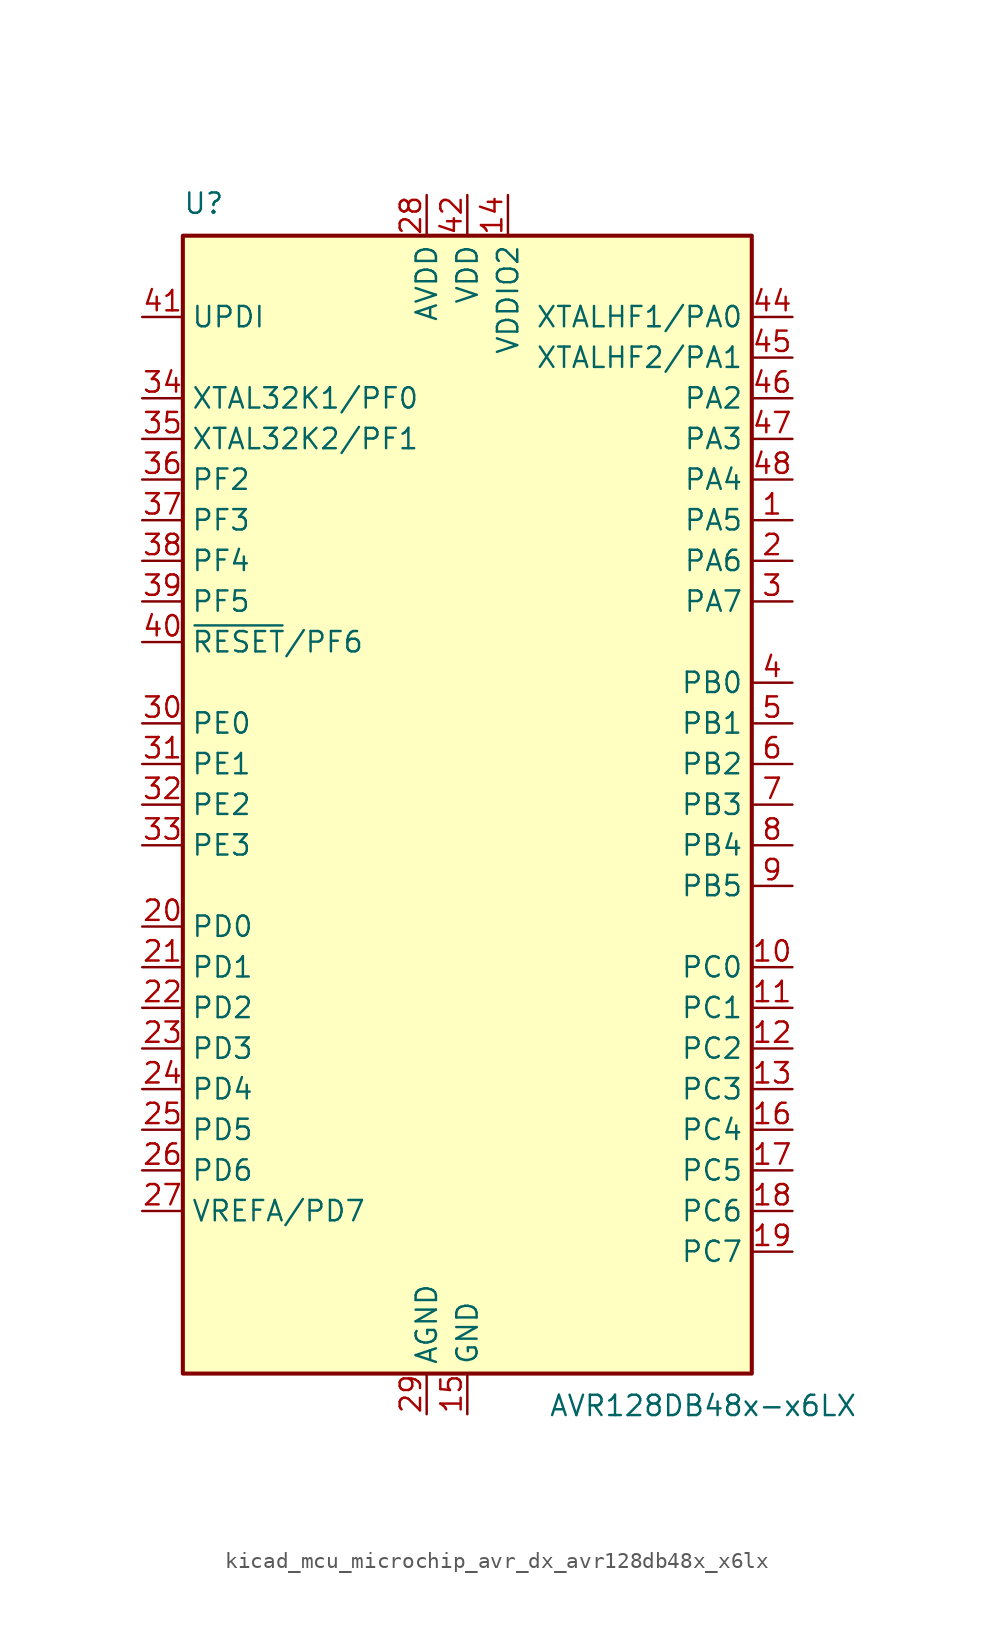
<source format=kicad_sym>
(kicad_symbol_lib
  (version 20220914)
  (generator kicad_symbol_editor)
  (symbol "kicad_mcu_microchip_avr_dx_avr128db48x_x6lx"
    (property "Reference" "U"
      (at -17.78 36.83 0)
      (effects (font (size 1.27 1.27)) (justify left bottom)))
    (property "Value" "AVR128DB48x-x6LX"
      (at 5.08 -36.83 0)
      (effects (font (size 1.27 1.27)) (justify left top)))
    (symbol "kicad_mcu_microchip_avr_dx_avr128db48x_x6lx_0_1"
      (rectangle (start -17.78 35.56) (end 17.78 -35.56) (stroke (width 0.254) (type default)) (fill (type background))))
    (symbol "kicad_mcu_microchip_avr_dx_avr128db48x_x6lx_1_1"
      (pin bidirectional line (at 20.32 17.78 180) (length 2.54) (name "PA5" (effects (font (size 1.27 1.27)))) (number "1" (effects (font (size 1.27 1.27)))))
      (pin bidirectional line (at 20.32 -10.16 180) (length 2.54) (name "PC0" (effects (font (size 1.27 1.27)))) (number "10" (effects (font (size 1.27 1.27)))))
      (pin bidirectional line (at 20.32 -12.7 180) (length 2.54) (name "PC1" (effects (font (size 1.27 1.27)))) (number "11" (effects (font (size 1.27 1.27)))))
      (pin bidirectional line (at 20.32 -15.24 180) (length 2.54) (name "PC2" (effects (font (size 1.27 1.27)))) (number "12" (effects (font (size 1.27 1.27)))))
      (pin bidirectional line (at 20.32 -17.78 180) (length 2.54) (name "PC3" (effects (font (size 1.27 1.27)))) (number "13" (effects (font (size 1.27 1.27)))))
      (pin power_in line (at 2.54 38.1 270) (length 2.54) (name "VDDIO2" (effects (font (size 1.27 1.27)))) (number "14" (effects (font (size 1.27 1.27)))))
      (pin power_in line (at 0 -38.1 90) (length 2.54) (name "GND" (effects (font (size 1.27 1.27)))) (number "15" (effects (font (size 1.27 1.27)))))
      (pin bidirectional line (at 20.32 -20.32 180) (length 2.54) (name "PC4" (effects (font (size 1.27 1.27)))) (number "16" (effects (font (size 1.27 1.27)))))
      (pin bidirectional line (at 20.32 -22.86 180) (length 2.54) (name "PC5" (effects (font (size 1.27 1.27)))) (number "17" (effects (font (size 1.27 1.27)))))
      (pin bidirectional line (at 20.32 -25.4 180) (length 2.54) (name "PC6" (effects (font (size 1.27 1.27)))) (number "18" (effects (font (size 1.27 1.27)))))
      (pin bidirectional line (at 20.32 -27.94 180) (length 2.54) (name "PC7" (effects (font (size 1.27 1.27)))) (number "19" (effects (font (size 1.27 1.27)))))
      (pin bidirectional line (at 20.32 15.24 180) (length 2.54) (name "PA6" (effects (font (size 1.27 1.27)))) (number "2" (effects (font (size 1.27 1.27)))))
      (pin bidirectional line (at -20.32 -7.62 0) (length 2.54) (name "PD0" (effects (font (size 1.27 1.27)))) (number "20" (effects (font (size 1.27 1.27)))))
      (pin bidirectional line (at -20.32 -10.16 0) (length 2.54) (name "PD1" (effects (font (size 1.27 1.27)))) (number "21" (effects (font (size 1.27 1.27)))))
      (pin bidirectional line (at -20.32 -12.7 0) (length 2.54) (name "PD2" (effects (font (size 1.27 1.27)))) (number "22" (effects (font (size 1.27 1.27)))))
      (pin bidirectional line (at -20.32 -15.24 0) (length 2.54) (name "PD3" (effects (font (size 1.27 1.27)))) (number "23" (effects (font (size 1.27 1.27)))))
      (pin bidirectional line (at -20.32 -17.78 0) (length 2.54) (name "PD4" (effects (font (size 1.27 1.27)))) (number "24" (effects (font (size 1.27 1.27)))))
      (pin bidirectional line (at -20.32 -20.32 0) (length 2.54) (name "PD5" (effects (font (size 1.27 1.27)))) (number "25" (effects (font (size 1.27 1.27)))))
      (pin bidirectional line (at -20.32 -22.86 0) (length 2.54) (name "PD6" (effects (font (size 1.27 1.27)))) (number "26" (effects (font (size 1.27 1.27)))))
      (pin bidirectional line (at -20.32 -25.4 0) (length 2.54) (name "VREFA/PD7" (effects (font (size 1.27 1.27)))) (number "27" (effects (font (size 1.27 1.27)))))
      (pin power_in line (at -2.54 38.1 270) (length 2.54) (name "AVDD" (effects (font (size 1.27 1.27)))) (number "28" (effects (font (size 1.27 1.27)))))
      (pin power_in line (at -2.54 -38.1 90) (length 2.54) (name "AGND" (effects (font (size 1.27 1.27)))) (number "29" (effects (font (size 1.27 1.27)))))
      (pin bidirectional line (at 20.32 12.7 180) (length 2.54) (name "PA7" (effects (font (size 1.27 1.27)))) (number "3" (effects (font (size 1.27 1.27)))))
      (pin bidirectional line (at -20.32 5.08 0) (length 2.54) (name "PE0" (effects (font (size 1.27 1.27)))) (number "30" (effects (font (size 1.27 1.27)))))
      (pin bidirectional line (at -20.32 2.54 0) (length 2.54) (name "PE1" (effects (font (size 1.27 1.27)))) (number "31" (effects (font (size 1.27 1.27)))))
      (pin bidirectional line (at -20.32 0 0) (length 2.54) (name "PE2" (effects (font (size 1.27 1.27)))) (number "32" (effects (font (size 1.27 1.27)))))
      (pin bidirectional line (at -20.32 -2.54 0) (length 2.54) (name "PE3" (effects (font (size 1.27 1.27)))) (number "33" (effects (font (size 1.27 1.27)))))
      (pin bidirectional line (at -20.32 25.4 0) (length 2.54) (name "XTAL32K1/PF0" (effects (font (size 1.27 1.27)))) (number "34" (effects (font (size 1.27 1.27)))))
      (pin bidirectional line (at -20.32 22.86 0) (length 2.54) (name "XTAL32K2/PF1" (effects (font (size 1.27 1.27)))) (number "35" (effects (font (size 1.27 1.27)))))
      (pin bidirectional line (at -20.32 20.32 0) (length 2.54) (name "PF2" (effects (font (size 1.27 1.27)))) (number "36" (effects (font (size 1.27 1.27)))))
      (pin bidirectional line (at -20.32 17.78 0) (length 2.54) (name "PF3" (effects (font (size 1.27 1.27)))) (number "37" (effects (font (size 1.27 1.27)))))
      (pin bidirectional line (at -20.32 15.24 0) (length 2.54) (name "PF4" (effects (font (size 1.27 1.27)))) (number "38" (effects (font (size 1.27 1.27)))))
      (pin bidirectional line (at -20.32 12.7 0) (length 2.54) (name "PF5" (effects (font (size 1.27 1.27)))) (number "39" (effects (font (size 1.27 1.27)))))
      (pin bidirectional line (at 20.32 7.62 180) (length 2.54) (name "PB0" (effects (font (size 1.27 1.27)))) (number "4" (effects (font (size 1.27 1.27)))))
      (pin bidirectional line (at -20.32 10.16 0) (length 2.54) (name "~{RESET}/PF6" (effects (font (size 1.27 1.27)))) (number "40" (effects (font (size 1.27 1.27)))))
      (pin input line (at -20.32 30.48 0) (length 2.54) (name "UPDI" (effects (font (size 1.27 1.27)))) (number "41" (effects (font (size 1.27 1.27)))))
      (pin power_in line (at 0 38.1 270) (length 2.54) (name "VDD" (effects (font (size 1.27 1.27)))) (number "42" (effects (font (size 1.27 1.27)))))
      (pin passive line (at 0 -38.1 90) (length 2.54) hide (name "GND" (effects (font (size 1.27 1.27)))) (number "43" (effects (font (size 1.27 1.27)))))
      (pin bidirectional line (at 20.32 30.48 180) (length 2.54) (name "XTALHF1/PA0" (effects (font (size 1.27 1.27)))) (number "44" (effects (font (size 1.27 1.27)))))
      (pin bidirectional line (at 20.32 27.94 180) (length 2.54) (name "XTALHF2/PA1" (effects (font (size 1.27 1.27)))) (number "45" (effects (font (size 1.27 1.27)))))
      (pin bidirectional line (at 20.32 25.4 180) (length 2.54) (name "PA2" (effects (font (size 1.27 1.27)))) (number "46" (effects (font (size 1.27 1.27)))))
      (pin bidirectional line (at 20.32 22.86 180) (length 2.54) (name "PA3" (effects (font (size 1.27 1.27)))) (number "47" (effects (font (size 1.27 1.27)))))
      (pin bidirectional line (at 20.32 20.32 180) (length 2.54) (name "PA4" (effects (font (size 1.27 1.27)))) (number "48" (effects (font (size 1.27 1.27)))))
      (pin passive line (at 0 -38.1 90) (length 2.54) hide (name "GND" (effects (font (size 1.27 1.27)))) (number "49" (effects (font (size 1.27 1.27)))))
      (pin bidirectional line (at 20.32 5.08 180) (length 2.54) (name "PB1" (effects (font (size 1.27 1.27)))) (number "5" (effects (font (size 1.27 1.27)))))
      (pin bidirectional line (at 20.32 2.54 180) (length 2.54) (name "PB2" (effects (font (size 1.27 1.27)))) (number "6" (effects (font (size 1.27 1.27)))))
      (pin bidirectional line (at 20.32 0 180) (length 2.54) (name "PB3" (effects (font (size 1.27 1.27)))) (number "7" (effects (font (size 1.27 1.27)))))
      (pin bidirectional line (at 20.32 -2.54 180) (length 2.54) (name "PB4" (effects (font (size 1.27 1.27)))) (number "8" (effects (font (size 1.27 1.27)))))
      (pin bidirectional line (at 20.32 -5.08 180) (length 2.54) (name "PB5" (effects (font (size 1.27 1.27)))) (number "9" (effects (font (size 1.27 1.27))))))))
</source>
